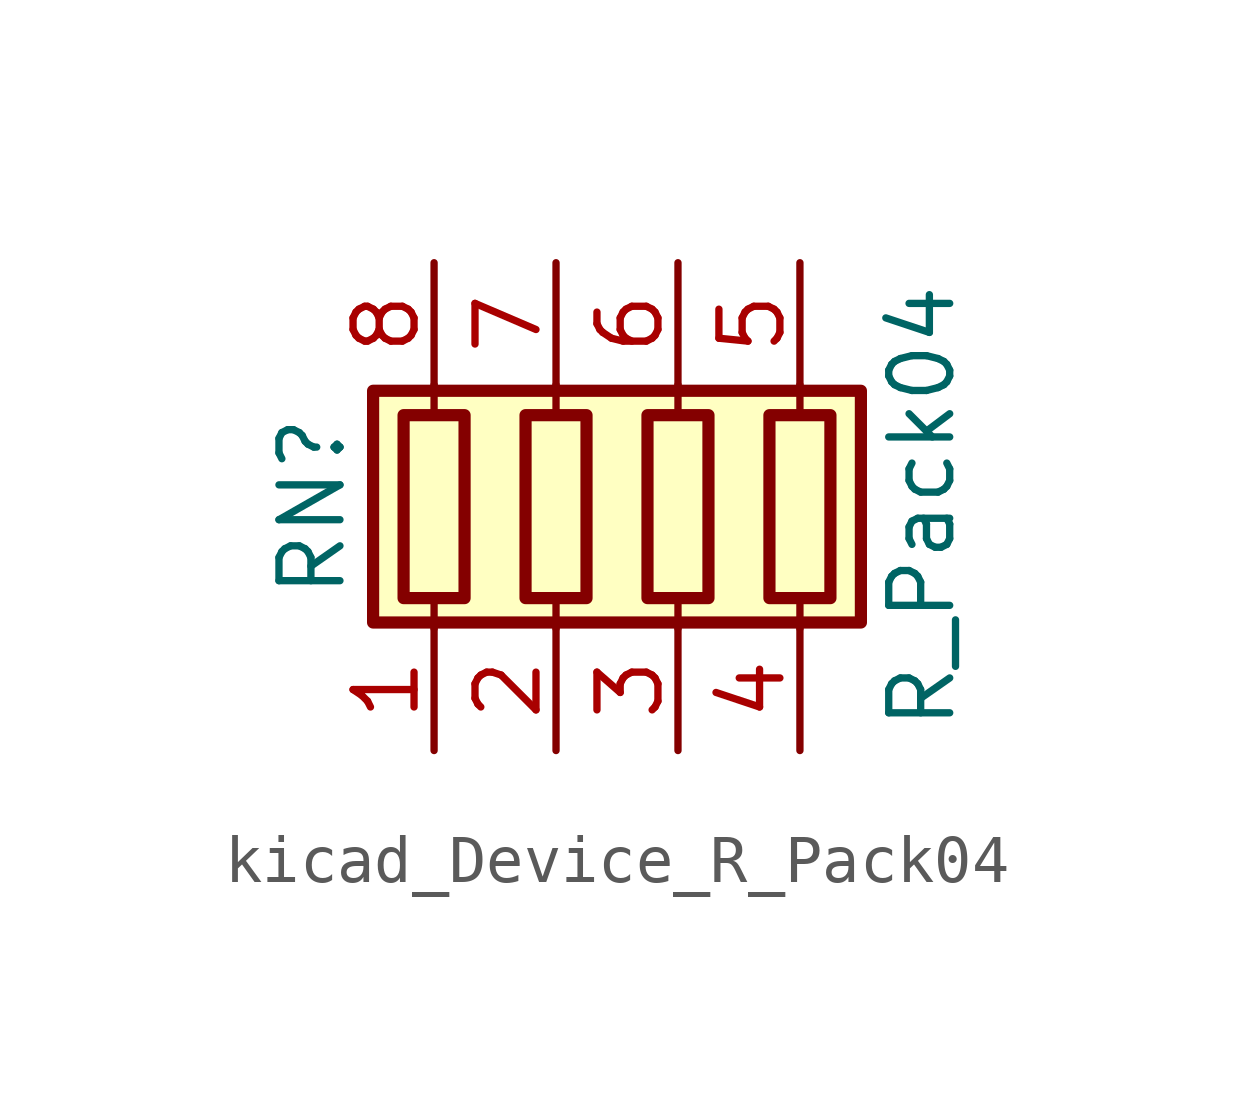
<source format=kicad_sym>
(kicad_symbol_lib
  (version 20220914)
  (generator kicad_symbol_editor)
  (symbol "kicad_Device_R_Pack04"
    (pin_names
      (offset 0) hide)
    (property "Reference" "RN"
      (at -7.62 0 90)
      (effects (font (size 1.27 1.27))))
    (property "Value" "R_Pack04"
      (at 5.08 0 90)
      (effects (font (size 1.27 1.27))))
    (symbol "kicad_Device_R_Pack04_0_1"
      (rectangle (start -6.35 -2.413) (end 3.81 2.413) (stroke (width 0.254) (type default)) (fill (type background)))
      (rectangle (start -5.715 1.905) (end -4.445 -1.905) (stroke (width 0.254) (type default)) (fill (type none)))
      (rectangle (start -3.175 1.905) (end -1.905 -1.905) (stroke (width 0.254) (type default)) (fill (type none)))
      (rectangle (start -0.635 1.905) (end 0.635 -1.905) (stroke (width 0.254) (type default)) (fill (type none)))
      (polyline (pts (xy -5.08 -2.54) (xy -5.08 -1.905)) (stroke (width 0) (type default)) (fill (type none)))
      (polyline (pts (xy -5.08 1.905) (xy -5.08 2.54)) (stroke (width 0) (type default)) (fill (type none)))
      (polyline (pts (xy -2.54 -2.54) (xy -2.54 -1.905)) (stroke (width 0) (type default)) (fill (type none)))
      (polyline (pts (xy -2.54 1.905) (xy -2.54 2.54)) (stroke (width 0) (type default)) (fill (type none)))
      (polyline (pts (xy 0 -2.54) (xy 0 -1.905)) (stroke (width 0) (type default)) (fill (type none)))
      (polyline (pts (xy 0 1.905) (xy 0 2.54)) (stroke (width 0) (type default)) (fill (type none)))
      (polyline (pts (xy 2.54 -2.54) (xy 2.54 -1.905)) (stroke (width 0) (type default)) (fill (type none)))
      (polyline (pts (xy 2.54 1.905) (xy 2.54 2.54)) (stroke (width 0) (type default)) (fill (type none)))
      (rectangle (start 1.905 1.905) (end 3.175 -1.905) (stroke (width 0.254) (type default)) (fill (type none))))
    (symbol "kicad_Device_R_Pack04_1_1"
      (pin passive line (at -5.08 -5.08 90) (length 2.54) (name "R1.1" (effects (font (size 1.27 1.27)))) (number "1" (effects (font (size 1.27 1.27)))))
      (pin passive line (at -2.54 -5.08 90) (length 2.54) (name "R2.1" (effects (font (size 1.27 1.27)))) (number "2" (effects (font (size 1.27 1.27)))))
      (pin passive line (at 0 -5.08 90) (length 2.54) (name "R3.1" (effects (font (size 1.27 1.27)))) (number "3" (effects (font (size 1.27 1.27)))))
      (pin passive line (at 2.54 -5.08 90) (length 2.54) (name "R4.1" (effects (font (size 1.27 1.27)))) (number "4" (effects (font (size 1.27 1.27)))))
      (pin passive line (at 2.54 5.08 270) (length 2.54) (name "R4.2" (effects (font (size 1.27 1.27)))) (number "5" (effects (font (size 1.27 1.27)))))
      (pin passive line (at 0 5.08 270) (length 2.54) (name "R3.2" (effects (font (size 1.27 1.27)))) (number "6" (effects (font (size 1.27 1.27)))))
      (pin passive line (at -2.54 5.08 270) (length 2.54) (name "R2.2" (effects (font (size 1.27 1.27)))) (number "7" (effects (font (size 1.27 1.27)))))
      (pin passive line (at -5.08 5.08 270) (length 2.54) (name "R1.2" (effects (font (size 1.27 1.27)))) (number "8" (effects (font (size 1.27 1.27))))))))
</source>
